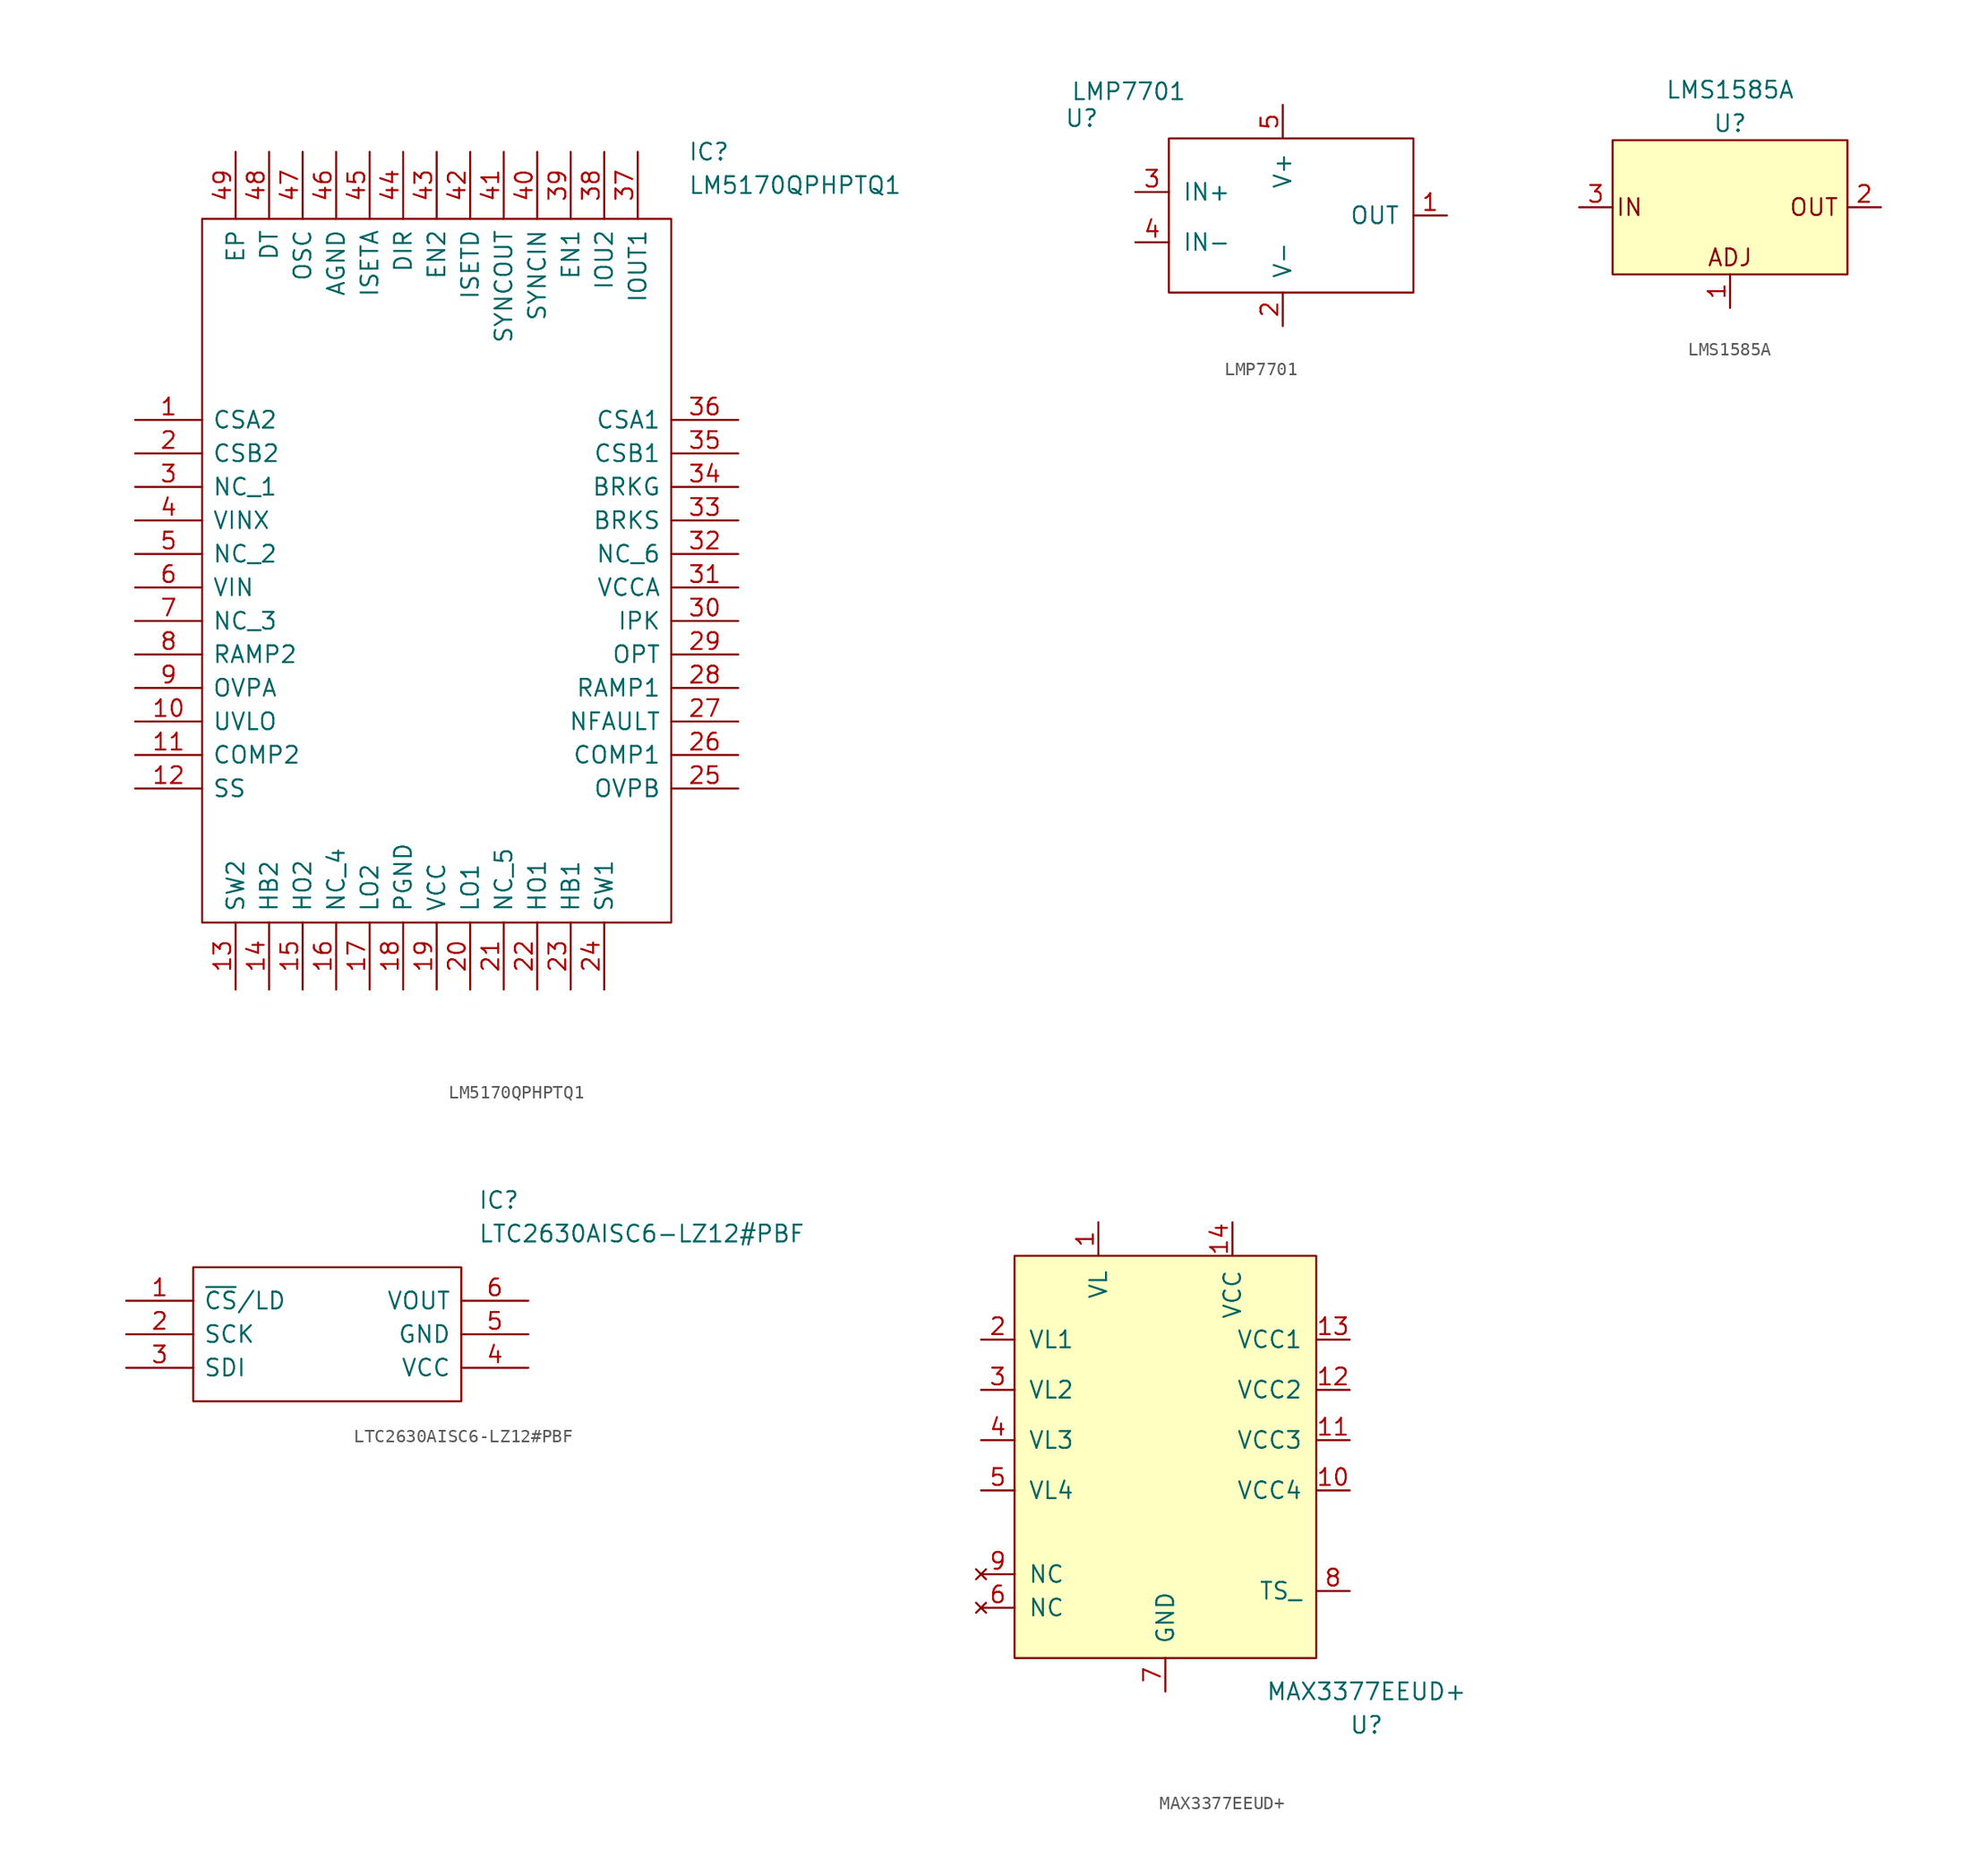
<source format=kicad_sym>
(kicad_symbol_lib
  (version 20231120)
  (generator "kicad_symbol_editor")
  (generator_version "8.0")
  (symbol "LM5170QPHPTQ1"
    (pin_names
      (offset 0.762))
    (property "Reference" "IC"
      (at 41.91 20.32 0)
      (effects (font (size 1.27 1.27)) (justify left)))
    (property "Value" "LM5170QPHPTQ1"
      (at 41.91 17.78 0)
      (effects (font (size 1.27 1.27)) (justify left)))
    (symbol "LM5170QPHPTQ1_0_0"
      (pin passive line (at 0 0 0) (length 5.08) (name "CSA2" (effects (font (size 1.27 1.27)))) (number "1" (effects (font (size 1.27 1.27)))))
      (pin passive line (at 0 -22.86 0) (length 5.08) (name "UVLO" (effects (font (size 1.27 1.27)))) (number "10" (effects (font (size 1.27 1.27)))))
      (pin passive line (at 0 -25.4 0) (length 5.08) (name "COMP2" (effects (font (size 1.27 1.27)))) (number "11" (effects (font (size 1.27 1.27)))))
      (pin passive line (at 0 -27.94 0) (length 5.08) (name "SS" (effects (font (size 1.27 1.27)))) (number "12" (effects (font (size 1.27 1.27)))))
      (pin passive line (at 7.62 -43.18 90) (length 5.08) (name "SW2" (effects (font (size 1.27 1.27)))) (number "13" (effects (font (size 1.27 1.27)))))
      (pin passive line (at 10.16 -43.18 90) (length 5.08) (name "HB2" (effects (font (size 1.27 1.27)))) (number "14" (effects (font (size 1.27 1.27)))))
      (pin passive line (at 12.7 -43.18 90) (length 5.08) (name "HO2" (effects (font (size 1.27 1.27)))) (number "15" (effects (font (size 1.27 1.27)))))
      (pin passive line (at 15.24 -43.18 90) (length 5.08) (name "NC_4" (effects (font (size 1.27 1.27)))) (number "16" (effects (font (size 1.27 1.27)))))
      (pin passive line (at 17.78 -43.18 90) (length 5.08) (name "LO2" (effects (font (size 1.27 1.27)))) (number "17" (effects (font (size 1.27 1.27)))))
      (pin passive line (at 20.32 -43.18 90) (length 5.08) (name "PGND" (effects (font (size 1.27 1.27)))) (number "18" (effects (font (size 1.27 1.27)))))
      (pin passive line (at 22.86 -43.18 90) (length 5.08) (name "VCC" (effects (font (size 1.27 1.27)))) (number "19" (effects (font (size 1.27 1.27)))))
      (pin passive line (at 0 -2.54 0) (length 5.08) (name "CSB2" (effects (font (size 1.27 1.27)))) (number "2" (effects (font (size 1.27 1.27)))))
      (pin passive line (at 25.4 -43.18 90) (length 5.08) (name "LO1" (effects (font (size 1.27 1.27)))) (number "20" (effects (font (size 1.27 1.27)))))
      (pin passive line (at 27.94 -43.18 90) (length 5.08) (name "NC_5" (effects (font (size 1.27 1.27)))) (number "21" (effects (font (size 1.27 1.27)))))
      (pin passive line (at 30.48 -43.18 90) (length 5.08) (name "HO1" (effects (font (size 1.27 1.27)))) (number "22" (effects (font (size 1.27 1.27)))))
      (pin passive line (at 33.02 -43.18 90) (length 5.08) (name "HB1" (effects (font (size 1.27 1.27)))) (number "23" (effects (font (size 1.27 1.27)))))
      (pin passive line (at 35.56 -43.18 90) (length 5.08) (name "SW1" (effects (font (size 1.27 1.27)))) (number "24" (effects (font (size 1.27 1.27)))))
      (pin passive line (at 45.72 -27.94 180) (length 5.08) (name "OVPB" (effects (font (size 1.27 1.27)))) (number "25" (effects (font (size 1.27 1.27)))))
      (pin passive line (at 45.72 -25.4 180) (length 5.08) (name "COMP1" (effects (font (size 1.27 1.27)))) (number "26" (effects (font (size 1.27 1.27)))))
      (pin passive line (at 45.72 -22.86 180) (length 5.08) (name "NFAULT" (effects (font (size 1.27 1.27)))) (number "27" (effects (font (size 1.27 1.27)))))
      (pin passive line (at 45.72 -20.32 180) (length 5.08) (name "RAMP1" (effects (font (size 1.27 1.27)))) (number "28" (effects (font (size 1.27 1.27)))))
      (pin passive line (at 45.72 -17.78 180) (length 5.08) (name "OPT" (effects (font (size 1.27 1.27)))) (number "29" (effects (font (size 1.27 1.27)))))
      (pin passive line (at 0 -5.08 0) (length 5.08) (name "NC_1" (effects (font (size 1.27 1.27)))) (number "3" (effects (font (size 1.27 1.27)))))
      (pin passive line (at 45.72 -15.24 180) (length 5.08) (name "IPK" (effects (font (size 1.27 1.27)))) (number "30" (effects (font (size 1.27 1.27)))))
      (pin passive line (at 45.72 -12.7 180) (length 5.08) (name "VCCA" (effects (font (size 1.27 1.27)))) (number "31" (effects (font (size 1.27 1.27)))))
      (pin passive line (at 45.72 -10.16 180) (length 5.08) (name "NC_6" (effects (font (size 1.27 1.27)))) (number "32" (effects (font (size 1.27 1.27)))))
      (pin passive line (at 45.72 -7.62 180) (length 5.08) (name "BRKS" (effects (font (size 1.27 1.27)))) (number "33" (effects (font (size 1.27 1.27)))))
      (pin passive line (at 45.72 -5.08 180) (length 5.08) (name "BRKG" (effects (font (size 1.27 1.27)))) (number "34" (effects (font (size 1.27 1.27)))))
      (pin passive line (at 45.72 -2.54 180) (length 5.08) (name "CSB1" (effects (font (size 1.27 1.27)))) (number "35" (effects (font (size 1.27 1.27)))))
      (pin passive line (at 45.72 0 180) (length 5.08) (name "CSA1" (effects (font (size 1.27 1.27)))) (number "36" (effects (font (size 1.27 1.27)))))
      (pin passive line (at 38.1 20.32 270) (length 5.08) (name "IOUT1" (effects (font (size 1.27 1.27)))) (number "37" (effects (font (size 1.27 1.27)))))
      (pin passive line (at 35.56 20.32 270) (length 5.08) (name "IOU2" (effects (font (size 1.27 1.27)))) (number "38" (effects (font (size 1.27 1.27)))))
      (pin passive line (at 33.02 20.32 270) (length 5.08) (name "EN1" (effects (font (size 1.27 1.27)))) (number "39" (effects (font (size 1.27 1.27)))))
      (pin passive line (at 0 -7.62 0) (length 5.08) (name "VINX" (effects (font (size 1.27 1.27)))) (number "4" (effects (font (size 1.27 1.27)))))
      (pin passive line (at 30.48 20.32 270) (length 5.08) (name "SYNCIN" (effects (font (size 1.27 1.27)))) (number "40" (effects (font (size 1.27 1.27)))))
      (pin passive line (at 27.94 20.32 270) (length 5.08) (name "SYNCOUT" (effects (font (size 1.27 1.27)))) (number "41" (effects (font (size 1.27 1.27)))))
      (pin passive line (at 25.4 20.32 270) (length 5.08) (name "ISETD" (effects (font (size 1.27 1.27)))) (number "42" (effects (font (size 1.27 1.27)))))
      (pin passive line (at 22.86 20.32 270) (length 5.08) (name "EN2" (effects (font (size 1.27 1.27)))) (number "43" (effects (font (size 1.27 1.27)))))
      (pin passive line (at 20.32 20.32 270) (length 5.08) (name "DIR" (effects (font (size 1.27 1.27)))) (number "44" (effects (font (size 1.27 1.27)))))
      (pin passive line (at 17.78 20.32 270) (length 5.08) (name "ISETA" (effects (font (size 1.27 1.27)))) (number "45" (effects (font (size 1.27 1.27)))))
      (pin passive line (at 15.24 20.32 270) (length 5.08) (name "AGND" (effects (font (size 1.27 1.27)))) (number "46" (effects (font (size 1.27 1.27)))))
      (pin passive line (at 12.7 20.32 270) (length 5.08) (name "OSC" (effects (font (size 1.27 1.27)))) (number "47" (effects (font (size 1.27 1.27)))))
      (pin passive line (at 10.16 20.32 270) (length 5.08) (name "DT" (effects (font (size 1.27 1.27)))) (number "48" (effects (font (size 1.27 1.27)))))
      (pin passive line (at 7.62 20.32 270) (length 5.08) (name "EP" (effects (font (size 1.27 1.27)))) (number "49" (effects (font (size 1.27 1.27)))))
      (pin passive line (at 0 -10.16 0) (length 5.08) (name "NC_2" (effects (font (size 1.27 1.27)))) (number "5" (effects (font (size 1.27 1.27)))))
      (pin passive line (at 0 -12.7 0) (length 5.08) (name "VIN" (effects (font (size 1.27 1.27)))) (number "6" (effects (font (size 1.27 1.27)))))
      (pin passive line (at 0 -15.24 0) (length 5.08) (name "NC_3" (effects (font (size 1.27 1.27)))) (number "7" (effects (font (size 1.27 1.27)))))
      (pin passive line (at 0 -17.78 0) (length 5.08) (name "RAMP2" (effects (font (size 1.27 1.27)))) (number "8" (effects (font (size 1.27 1.27)))))
      (pin passive line (at 0 -20.32 0) (length 5.08) (name "OVPA" (effects (font (size 1.27 1.27)))) (number "9" (effects (font (size 1.27 1.27))))))
    (symbol "LM5170QPHPTQ1_0_1"
      (polyline (pts (xy 5.08 15.24) (xy 40.64 15.24) (xy 40.64 -38.1) (xy 5.08 -38.1) (xy 5.08 15.24)) (stroke (width 0.152) (type solid)) (fill (type none)))))
  (symbol "LMP7701"
    (pin_names
      (offset 1.016))
    (property "Reference" "U"
      (at -15.24 7.366 0)
      (effects (font (size 1.27 1.27))))
    (property "Value" "LMP7701"
      (at -11.684 9.398 0)
      (effects (font (size 1.27 1.27))))
    (symbol "LMP7701_0_0"
      (pin unspecified line (at 12.446 0 180) (length 2.54) (name "OUT" (effects (font (size 1.27 1.27)))) (number "1" (effects (font (size 1.27 1.27)))))
      (pin unspecified line (at 0 -8.382 90) (length 2.54) (name "V-" (effects (font (size 1.27 1.27)))) (number "2" (effects (font (size 1.27 1.27)))))
      (pin unspecified line (at -11.176 1.778 0) (length 2.54) (name "IN+" (effects (font (size 1.27 1.27)))) (number "3" (effects (font (size 1.27 1.27)))))
      (pin unspecified line (at -11.176 -2.032 0) (length 2.54) (name "IN-" (effects (font (size 1.27 1.27)))) (number "4" (effects (font (size 1.27 1.27)))))
      (pin unspecified line (at 0 8.382 270) (length 2.54) (name "V+" (effects (font (size 1.27 1.27)))) (number "5" (effects (font (size 1.27 1.27))))))
    (symbol "LMP7701_0_1"
      (rectangle (start -8.636 5.842) (end 9.906 -5.842) (stroke (width 0) (type solid)) (fill (type none)))))
  (symbol "LMS1585A"
    (pin_names
      (offset 1.016))
    (property "Reference" "U"
      (at 0 6.35 0)
      (effects (font (size 1.27 1.27))))
    (property "Value" "LMS1585A"
      (at 0 8.89 0)
      (effects (font (size 1.27 1.27))))
    (symbol "LMS1585A_0_0"
      (text "ADJ" (at 0 -3.81 0) (effects (font (size 1.27 1.27))))
      (text "IN" (at -7.62 0 0) (effects (font (size 1.27 1.27))))
      (text "OUT" (at 6.35 0 0) (effects (font (size 1.27 1.27))))
      (pin unspecified line (at 0 -7.62 90) (length 2.54) (name "~" (effects (font (size 1.27 1.27)))) (number "1" (effects (font (size 1.27 1.27)))))
      (pin unspecified line (at 11.43 0 180) (length 2.54) (name "~" (effects (font (size 1.27 1.27)))) (number "2" (effects (font (size 1.27 1.27)))))
      (pin unspecified line (at -11.43 0 0) (length 2.54) (name "~" (effects (font (size 1.27 1.27)))) (number "3" (effects (font (size 1.27 1.27))))))
    (symbol "LMS1585A_0_1"
      (rectangle (start 8.89 -5.08) (end -8.89 5.08) (stroke (width 0) (type solid)) (fill (type background)))))
  (symbol "LTC2630AISC6-LZ12#PBF"
    (pin_names
      (offset 0.762))
    (property "Reference" "IC"
      (at 26.67 7.62 0)
      (effects (font (size 1.27 1.27)) (justify left)))
    (property "Value" "LTC2630AISC6-LZ12#PBF"
      (at 26.67 5.08 0)
      (effects (font (size 1.27 1.27)) (justify left)))
    (symbol "LTC2630AISC6-LZ12#PBF_0_0"
      (pin passive line (at 0 0 0) (length 5.08) (name "~{CS}/LD" (effects (font (size 1.27 1.27)))) (number "1" (effects (font (size 1.27 1.27)))))
      (pin passive line (at 0 -2.54 0) (length 5.08) (name "SCK" (effects (font (size 1.27 1.27)))) (number "2" (effects (font (size 1.27 1.27)))))
      (pin passive line (at 0 -5.08 0) (length 5.08) (name "SDI" (effects (font (size 1.27 1.27)))) (number "3" (effects (font (size 1.27 1.27)))))
      (pin passive line (at 30.48 -5.08 180) (length 5.08) (name "VCC" (effects (font (size 1.27 1.27)))) (number "4" (effects (font (size 1.27 1.27)))))
      (pin passive line (at 30.48 -2.54 180) (length 5.08) (name "GND" (effects (font (size 1.27 1.27)))) (number "5" (effects (font (size 1.27 1.27)))))
      (pin passive line (at 30.48 0 180) (length 5.08) (name "VOUT" (effects (font (size 1.27 1.27)))) (number "6" (effects (font (size 1.27 1.27))))))
    (symbol "LTC2630AISC6-LZ12#PBF_0_1"
      (polyline (pts (xy 5.08 2.54) (xy 25.4 2.54) (xy 25.4 -7.62) (xy 5.08 -7.62) (xy 5.08 2.54)) (stroke (width 0.152) (type solid)) (fill (type none)))))
  (symbol "MAX3377EEUD+"
    (pin_names
      (offset 1.016))
    (property "Reference" "U"
      (at 15.24 -22.86 0)
      (effects (font (size 1.27 1.27))))
    (property "Value" "MAX3377EEUD+"
      (at 15.24 -20.32 0)
      (effects (font (size 1.27 1.27))))
    (symbol "MAX3377EEUD+_0_0"
      (pin passive line (at -5.08 15.24 270) (length 2.54) (name "VL" (effects (font (size 1.27 1.27)))) (number "1" (effects (font (size 1.27 1.27)))))
      (pin passive line (at 13.97 -5.08 180) (length 2.54) (name "VCC4" (effects (font (size 1.27 1.27)))) (number "10" (effects (font (size 1.27 1.27)))))
      (pin passive line (at 13.97 -1.27 180) (length 2.54) (name "VCC3" (effects (font (size 1.27 1.27)))) (number "11" (effects (font (size 1.27 1.27)))))
      (pin passive line (at 13.97 2.54 180) (length 2.54) (name "VCC2" (effects (font (size 1.27 1.27)))) (number "12" (effects (font (size 1.27 1.27)))))
      (pin passive line (at 13.97 6.35 180) (length 2.54) (name "VCC1" (effects (font (size 1.27 1.27)))) (number "13" (effects (font (size 1.27 1.27)))))
      (pin passive line (at 5.08 15.24 270) (length 2.54) (name "VCC" (effects (font (size 1.27 1.27)))) (number "14" (effects (font (size 1.27 1.27)))))
      (pin passive line (at -13.97 6.35 0) (length 2.54) (name "VL1" (effects (font (size 1.27 1.27)))) (number "2" (effects (font (size 1.27 1.27)))))
      (pin passive line (at -13.97 2.54 0) (length 2.54) (name "VL2" (effects (font (size 1.27 1.27)))) (number "3" (effects (font (size 1.27 1.27)))))
      (pin passive line (at -13.97 -1.27 0) (length 2.54) (name "VL3" (effects (font (size 1.27 1.27)))) (number "4" (effects (font (size 1.27 1.27)))))
      (pin passive line (at -13.97 -5.08 0) (length 2.54) (name "VL4" (effects (font (size 1.27 1.27)))) (number "5" (effects (font (size 1.27 1.27)))))
      (pin no_connect line (at -13.97 -13.97 0) (length 2.54) (name "NC" (effects (font (size 1.27 1.27)))) (number "6" (effects (font (size 1.27 1.27)))))
      (pin passive line (at 0 -20.32 90) (length 2.54) (name "GND" (effects (font (size 1.27 1.27)))) (number "7" (effects (font (size 1.27 1.27)))))
      (pin passive line (at 13.97 -12.7 180) (length 2.54) (name "TS_" (effects (font (size 1.27 1.27)))) (number "8" (effects (font (size 1.27 1.27)))))
      (pin no_connect line (at -13.97 -11.43 0) (length 2.54) (name "NC" (effects (font (size 1.27 1.27)))) (number "9" (effects (font (size 1.27 1.27))))))
    (symbol "MAX3377EEUD+_0_1"
      (rectangle (start -11.43 12.7) (end 11.43 -17.78) (stroke (width 0) (type solid)) (fill (type background))))))
</source>
